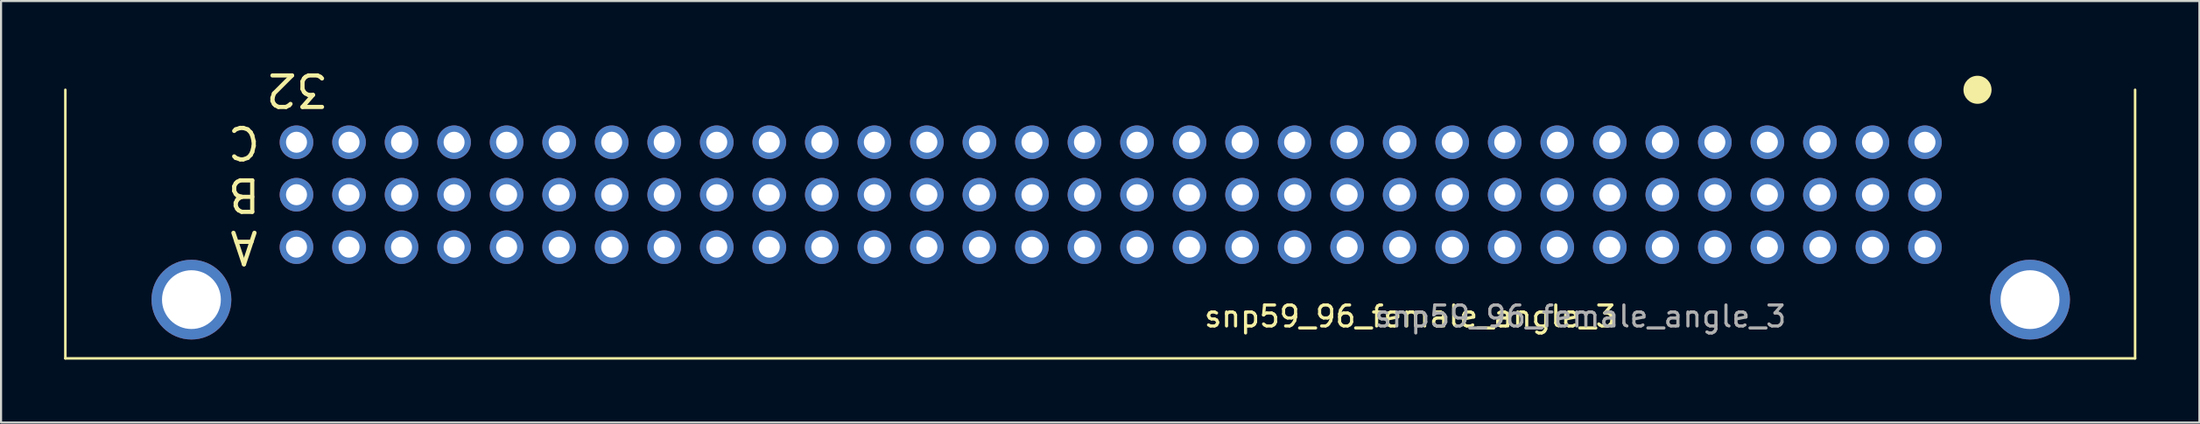
<source format=kicad_pcb>
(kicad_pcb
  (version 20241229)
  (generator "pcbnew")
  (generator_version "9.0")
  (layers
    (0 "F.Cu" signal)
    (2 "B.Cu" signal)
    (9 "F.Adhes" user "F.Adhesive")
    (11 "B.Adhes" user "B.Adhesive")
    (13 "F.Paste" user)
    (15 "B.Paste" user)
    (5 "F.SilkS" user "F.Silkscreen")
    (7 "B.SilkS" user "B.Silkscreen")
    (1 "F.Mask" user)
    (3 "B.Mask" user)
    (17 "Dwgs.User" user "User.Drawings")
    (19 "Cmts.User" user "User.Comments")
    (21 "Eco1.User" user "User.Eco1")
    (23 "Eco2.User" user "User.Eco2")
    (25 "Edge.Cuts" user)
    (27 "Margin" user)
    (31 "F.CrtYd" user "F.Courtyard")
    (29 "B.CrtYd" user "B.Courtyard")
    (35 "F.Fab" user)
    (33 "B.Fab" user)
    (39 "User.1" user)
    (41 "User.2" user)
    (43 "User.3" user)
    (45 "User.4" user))
  (footprint "snp59_96_female_angle_3"
    (layer "F.Cu")
    (at 88.56 8.729)
    (property "Reference" "snp59_96_female_angle_3" (at -24.5 3.3 0) (unlocked yes) (layer "F.SilkS") (effects (font (size 1 1) (thickness 0.15))))
    (attr through_hole)
    (fp_line (start -88.5 5.3) (end -88.5 -7.5) (stroke (width 0.12) (type solid)) (layer "F.SilkS"))
    (fp_line (start 10 -7.5) (end 10 5.3) (stroke (width 0.12) (type solid)) (layer "F.SilkS"))
    (fp_line (start 10 5.3) (end -88.5 5.3) (stroke (width 0.12) (type solid)) (layer "F.SilkS"))
    (fp_circle (center 2.5 -7.5) (end 3.108 -7.5) (stroke (width 0.12) (type solid)) (fill yes) (layer "F.SilkS"))
    (fp_text user "B" (at -80 -2.5 180) (unlocked yes) (layer "F.SilkS") (effects (font (size 1.5 1.5) (thickness 0.2))))
    (fp_text user "C" (at -80 -5 180) (unlocked yes) (layer "F.SilkS") (effects (font (size 1.5 1.5) (thickness 0.2))))
    (fp_text user "32" (at -77.5 -7.5 180) (unlocked yes) (layer "F.SilkS") (effects (font (size 1.5 1.5) (thickness 0.2))))
    (fp_text user "A" (at -80 0 180) (unlocked yes) (layer "F.SilkS") (effects (font (size 1.5 1.5) (thickness 0.2))))
    (fp_text user "${REFERENCE}" (at -16.4 3.3 0) (unlocked yes) (layer "F.Fab") (effects (font (size 1 1) (thickness 0.15))))
    (pad "" thru_hole circle (at -82.5 2.5) (size 3.8 3.8) (drill 2.8) (layers "*.Cu"))
    (pad "" thru_hole circle (at 5 2.5) (size 3.8 3.8) (drill 2.8) (layers "*.Cu"))
    (pad "1" thru_hole circle (at 0 -5) (size 1.6 1.6) (drill 1) (layers "*.Cu" "*.Mask"))
    (pad "1" thru_hole circle (at 0 -2.5) (size 1.6 1.6) (drill 1) (layers "*.Cu" "*.Mask"))
    (pad "2" thru_hole circle (at -2.5 -5) (size 1.6 1.6) (drill 1) (layers "*.Cu" "*.Mask"))
    (pad "2" thru_hole circle (at -2.5 -2.5) (size 1.6 1.6) (drill 1) (layers "*.Cu" "*.Mask"))
    (pad "3" thru_hole circle (at -5 -5) (size 1.6 1.6) (drill 1) (layers "*.Cu" "*.Mask"))
    (pad "3" thru_hole circle (at -5 -2.5) (size 1.6 1.6) (drill 1) (layers "*.Cu" "*.Mask"))
    (pad "4" thru_hole circle (at -7.5 -5) (size 1.6 1.6) (drill 1) (layers "*.Cu" "*.Mask"))
    (pad "4" thru_hole circle (at -7.5 -2.5) (size 1.6 1.6) (drill 1) (layers "*.Cu" "*.Mask"))
    (pad "5" thru_hole circle (at -10 -5) (size 1.6 1.6) (drill 1) (layers "*.Cu" "*.Mask"))
    (pad "5" thru_hole circle (at -10 -2.5) (size 1.6 1.6) (drill 1) (layers "*.Cu" "*.Mask"))
    (pad "6" thru_hole circle (at -12.5 -5) (size 1.6 1.6) (drill 1) (layers "*.Cu" "*.Mask"))
    (pad "6" thru_hole circle (at -12.5 -2.5) (size 1.6 1.6) (drill 1) (layers "*.Cu" "*.Mask"))
    (pad "7" thru_hole circle (at -15 -5) (size 1.6 1.6) (drill 1) (layers "*.Cu" "*.Mask"))
    (pad "7" thru_hole circle (at -15 -2.5) (size 1.6 1.6) (drill 1) (layers "*.Cu" "*.Mask"))
    (pad "8" thru_hole circle (at -17.5 -5) (size 1.6 1.6) (drill 1) (layers "*.Cu" "*.Mask"))
    (pad "8" thru_hole circle (at -17.5 -2.5) (size 1.6 1.6) (drill 1) (layers "*.Cu" "*.Mask"))
    (pad "9" thru_hole circle (at -20 -5) (size 1.6 1.6) (drill 1) (layers "*.Cu" "*.Mask"))
    (pad "9" thru_hole circle (at -20 -2.5) (size 1.6 1.6) (drill 1) (layers "*.Cu" "*.Mask"))
    (pad "10" thru_hole circle (at -22.5 -5) (size 1.6 1.6) (drill 1) (layers "*.Cu" "*.Mask"))
    (pad "10" thru_hole circle (at -22.5 -2.5) (size 1.6 1.6) (drill 1) (layers "*.Cu" "*.Mask"))
    (pad "11" thru_hole circle (at -25 -5) (size 1.6 1.6) (drill 1) (layers "*.Cu" "*.Mask"))
    (pad "11" thru_hole circle (at -25 -2.5) (size 1.6 1.6) (drill 1) (layers "*.Cu" "*.Mask"))
    (pad "12" thru_hole circle (at -27.5 -5) (size 1.6 1.6) (drill 1) (layers "*.Cu" "*.Mask"))
    (pad "12" thru_hole circle (at -27.5 -2.5) (size 1.6 1.6) (drill 1) (layers "*.Cu" "*.Mask"))
    (pad "13" thru_hole circle (at -30 -5) (size 1.6 1.6) (drill 1) (layers "*.Cu" "*.Mask"))
    (pad "13" thru_hole circle (at -30 -2.5) (size 1.6 1.6) (drill 1) (layers "*.Cu" "*.Mask"))
    (pad "14" thru_hole circle (at -32.5 -5) (size 1.6 1.6) (drill 1) (layers "*.Cu" "*.Mask"))
    (pad "14" thru_hole circle (at -32.5 -2.5) (size 1.6 1.6) (drill 1) (layers "*.Cu" "*.Mask"))
    (pad "15" thru_hole circle (at -35 -5) (size 1.6 1.6) (drill 1) (layers "*.Cu" "*.Mask"))
    (pad "15" thru_hole circle (at -35 -2.5) (size 1.6 1.6) (drill 1) (layers "*.Cu" "*.Mask"))
    (pad "16" thru_hole circle (at -37.5 -5) (size 1.6 1.6) (drill 1) (layers "*.Cu" "*.Mask"))
    (pad "16" thru_hole circle (at -37.5 -2.5) (size 1.6 1.6) (drill 1) (layers "*.Cu" "*.Mask"))
    (pad "17" thru_hole circle (at -40 -5) (size 1.6 1.6) (drill 1) (layers "*.Cu" "*.Mask"))
    (pad "17" thru_hole circle (at -40 -2.5) (size 1.6 1.6) (drill 1) (layers "*.Cu" "*.Mask"))
    (pad "18" thru_hole circle (at -42.5 -5) (size 1.6 1.6) (drill 1) (layers "*.Cu" "*.Mask"))
    (pad "18" thru_hole circle (at -42.5 -2.5) (size 1.6 1.6) (drill 1) (layers "*.Cu" "*.Mask"))
    (pad "19" thru_hole circle (at -45 -5) (size 1.6 1.6) (drill 1) (layers "*.Cu" "*.Mask"))
    (pad "19" thru_hole circle (at -45 -2.5) (size 1.6 1.6) (drill 1) (layers "*.Cu" "*.Mask"))
    (pad "20" thru_hole circle (at -47.5 -5) (size 1.6 1.6) (drill 1) (layers "*.Cu" "*.Mask"))
    (pad "20" thru_hole circle (at -47.5 -2.5) (size 1.6 1.6) (drill 1) (layers "*.Cu" "*.Mask"))
    (pad "21" thru_hole circle (at -50 -5) (size 1.6 1.6) (drill 1) (layers "*.Cu" "*.Mask"))
    (pad "21" thru_hole circle (at -50 -2.5) (size 1.6 1.6) (drill 1) (layers "*.Cu" "*.Mask"))
    (pad "22" thru_hole circle (at -52.5 -5) (size 1.6 1.6) (drill 1) (layers "*.Cu" "*.Mask"))
    (pad "22" thru_hole circle (at -52.5 -2.5) (size 1.6 1.6) (drill 1) (layers "*.Cu" "*.Mask"))
    (pad "23" thru_hole circle (at -55 -5) (size 1.6 1.6) (drill 1) (layers "*.Cu" "*.Mask"))
    (pad "23" thru_hole circle (at -55 -2.5) (size 1.6 1.6) (drill 1) (layers "*.Cu" "*.Mask"))
    (pad "24" thru_hole circle (at -57.5 -5) (size 1.6 1.6) (drill 1) (layers "*.Cu" "*.Mask"))
    (pad "24" thru_hole circle (at -57.5 -2.5) (size 1.6 1.6) (drill 1) (layers "*.Cu" "*.Mask"))
    (pad "25" thru_hole circle (at -60 -5) (size 1.6 1.6) (drill 1) (layers "*.Cu" "*.Mask"))
    (pad "25" thru_hole circle (at -60 -2.5) (size 1.6 1.6) (drill 1) (layers "*.Cu" "*.Mask"))
    (pad "26" thru_hole circle (at -62.5 -5) (size 1.6 1.6) (drill 1) (layers "*.Cu" "*.Mask"))
    (pad "26" thru_hole circle (at -62.5 -2.5) (size 1.6 1.6) (drill 1) (layers "*.Cu" "*.Mask"))
    (pad "27" thru_hole circle (at -65 -5) (size 1.6 1.6) (drill 1) (layers "*.Cu" "*.Mask"))
    (pad "27" thru_hole circle (at -65 -2.5) (size 1.6 1.6) (drill 1) (layers "*.Cu" "*.Mask"))
    (pad "28" thru_hole circle (at -67.5 -5) (size 1.6 1.6) (drill 1) (layers "*.Cu" "*.Mask"))
    (pad "28" thru_hole circle (at -67.5 -2.5) (size 1.6 1.6) (drill 1) (layers "*.Cu" "*.Mask"))
    (pad "29" thru_hole circle (at -70 -5) (size 1.6 1.6) (drill 1) (layers "*.Cu" "*.Mask"))
    (pad "29" thru_hole circle (at -70 -2.5) (size 1.6 1.6) (drill 1) (layers "*.Cu" "*.Mask"))
    (pad "30" thru_hole circle (at -72.5 -5) (size 1.6 1.6) (drill 1) (layers "*.Cu" "*.Mask"))
    (pad "30" thru_hole circle (at -72.5 -2.5) (size 1.6 1.6) (drill 1) (layers "*.Cu" "*.Mask"))
    (pad "31" thru_hole circle (at -75 -5) (size 1.6 1.6) (drill 1) (layers "*.Cu" "*.Mask"))
    (pad "31" thru_hole circle (at -75 -2.5) (size 1.6 1.6) (drill 1) (layers "*.Cu" "*.Mask"))
    (pad "32" thru_hole circle (at -77.5 -5) (size 1.6 1.6) (drill 1) (layers "*.Cu" "*.Mask"))
    (pad "32" thru_hole circle (at -77.5 -2.5) (size 1.6 1.6) (drill 1) (layers "*.Cu" "*.Mask"))
    (pad "33" thru_hole circle (at 0 0) (size 1.6 1.6) (drill 1) (layers "*.Cu" "*.Mask"))
    (pad "34" thru_hole circle (at -2.5 0) (size 1.6 1.6) (drill 1) (layers "*.Cu" "*.Mask"))
    (pad "35" thru_hole circle (at -5 0) (size 1.6 1.6) (drill 1) (layers "*.Cu" "*.Mask"))
    (pad "36" thru_hole circle (at -7.5 0) (size 1.6 1.6) (drill 1) (layers "*.Cu" "*.Mask"))
    (pad "37" thru_hole circle (at -10 0) (size 1.6 1.6) (drill 1) (layers "*.Cu" "*.Mask"))
    (pad "38" thru_hole circle (at -12.5 0) (size 1.6 1.6) (drill 1) (layers "*.Cu" "*.Mask"))
    (pad "39" thru_hole circle (at -15 0) (size 1.6 1.6) (drill 1) (layers "*.Cu" "*.Mask"))
    (pad "40" thru_hole circle (at -17.5 0) (size 1.6 1.6) (drill 1) (layers "*.Cu" "*.Mask"))
    (pad "41" thru_hole circle (at -20 0) (size 1.6 1.6) (drill 1) (layers "*.Cu" "*.Mask"))
    (pad "42" thru_hole circle (at -22.5 0) (size 1.6 1.6) (drill 1) (layers "*.Cu" "*.Mask"))
    (pad "43" thru_hole circle (at -25 0) (size 1.6 1.6) (drill 1) (layers "*.Cu" "*.Mask"))
    (pad "44" thru_hole circle (at -27.5 0) (size 1.6 1.6) (drill 1) (layers "*.Cu" "*.Mask"))
    (pad "45" thru_hole circle (at -30 0) (size 1.6 1.6) (drill 1) (layers "*.Cu" "*.Mask"))
    (pad "46" thru_hole circle (at -32.5 0) (size 1.6 1.6) (drill 1) (layers "*.Cu" "*.Mask"))
    (pad "47" thru_hole circle (at -35 0) (size 1.6 1.6) (drill 1) (layers "*.Cu" "*.Mask"))
    (pad "48" thru_hole circle (at -37.5 0) (size 1.6 1.6) (drill 1) (layers "*.Cu" "*.Mask"))
    (pad "49" thru_hole circle (at -40 0) (size 1.6 1.6) (drill 1) (layers "*.Cu" "*.Mask"))
    (pad "50" thru_hole circle (at -42.5 0) (size 1.6 1.6) (drill 1) (layers "*.Cu" "*.Mask"))
    (pad "51" thru_hole circle (at -45 0) (size 1.6 1.6) (drill 1) (layers "*.Cu" "*.Mask"))
    (pad "52" thru_hole circle (at -47.5 0) (size 1.6 1.6) (drill 1) (layers "*.Cu" "*.Mask"))
    (pad "53" thru_hole circle (at -50 0) (size 1.6 1.6) (drill 1) (layers "*.Cu" "*.Mask"))
    (pad "54" thru_hole circle (at -52.5 0) (size 1.6 1.6) (drill 1) (layers "*.Cu" "*.Mask"))
    (pad "55" thru_hole circle (at -55 0) (size 1.6 1.6) (drill 1) (layers "*.Cu" "*.Mask"))
    (pad "56" thru_hole circle (at -57.5 0) (size 1.6 1.6) (drill 1) (layers "*.Cu" "*.Mask"))
    (pad "57" thru_hole circle (at -60 0) (size 1.6 1.6) (drill 1) (layers "*.Cu" "*.Mask"))
    (pad "58" thru_hole circle (at -62.5 0) (size 1.6 1.6) (drill 1) (layers "*.Cu" "*.Mask"))
    (pad "59" thru_hole circle (at -65 0) (size 1.6 1.6) (drill 1) (layers "*.Cu" "*.Mask"))
    (pad "60" thru_hole circle (at -67.5 0) (size 1.6 1.6) (drill 1) (layers "*.Cu" "*.Mask"))
    (pad "61" thru_hole circle (at -70 0) (size 1.6 1.6) (drill 1) (layers "*.Cu" "*.Mask"))
    (pad "62" thru_hole circle (at -72.5 0) (size 1.6 1.6) (drill 1) (layers "*.Cu" "*.Mask"))
    (pad "63" thru_hole circle (at -75 0) (size 1.6 1.6) (drill 1) (layers "*.Cu" "*.Mask"))
    (pad "64" thru_hole circle (at -77.5 0) (size 1.6 1.6) (drill 1) (layers "*.Cu" "*.Mask")))
  (gr_rect
    (start -3 -3)
    (end 101.62 17.088)
    (stroke (width 0.1) (type default))
    (fill no)
    (layer "Edge.Cuts")))
</source>
